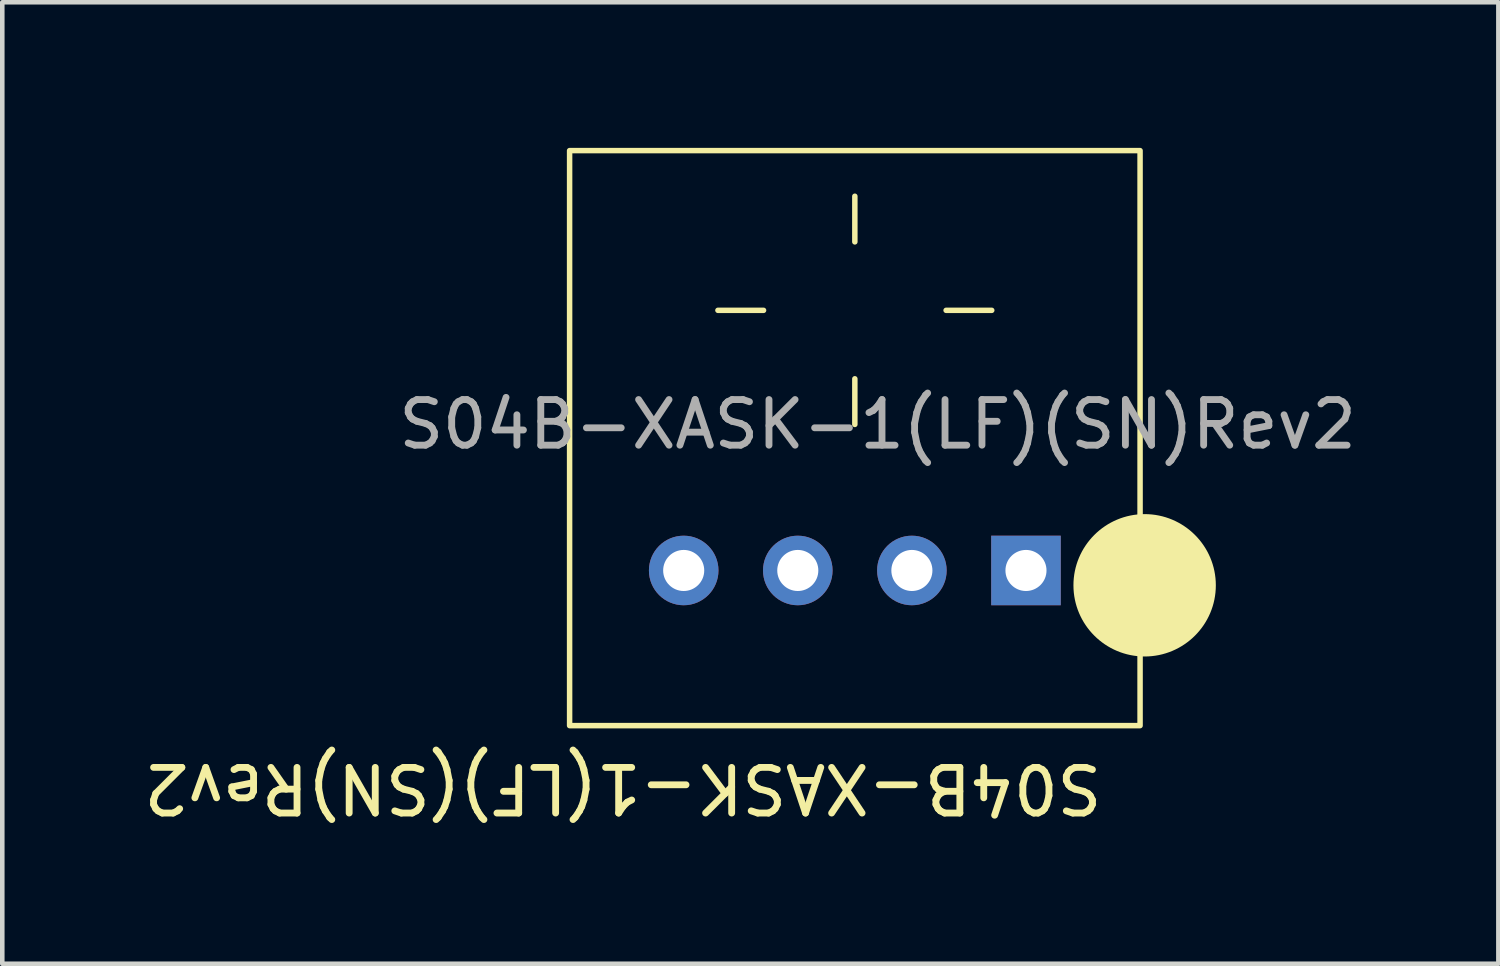
<source format=kicad_pcb>
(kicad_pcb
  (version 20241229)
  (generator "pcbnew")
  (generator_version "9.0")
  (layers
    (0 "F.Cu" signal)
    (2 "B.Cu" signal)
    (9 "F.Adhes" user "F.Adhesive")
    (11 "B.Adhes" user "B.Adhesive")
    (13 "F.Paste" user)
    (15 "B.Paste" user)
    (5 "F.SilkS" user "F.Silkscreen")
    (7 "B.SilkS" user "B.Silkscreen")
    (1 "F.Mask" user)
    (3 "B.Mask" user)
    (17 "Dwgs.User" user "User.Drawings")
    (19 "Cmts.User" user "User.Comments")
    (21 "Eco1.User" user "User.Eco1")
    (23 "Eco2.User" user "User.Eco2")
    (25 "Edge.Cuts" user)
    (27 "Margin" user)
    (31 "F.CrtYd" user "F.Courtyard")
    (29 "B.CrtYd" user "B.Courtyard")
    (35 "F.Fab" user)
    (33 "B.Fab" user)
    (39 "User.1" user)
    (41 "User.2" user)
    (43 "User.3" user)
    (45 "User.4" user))
  (footprint "S04B-XASK-1(LF)(SN)Rev2"
    (layer "F.Cu")
    (at 15.681 0.25)
    (property "Reference" "S04B-XASK-1(LF)(SN)Rev2" (at -5.08 13.97 180) (unlocked yes) (layer "F.SilkS") (effects (font (size 1 1) (thickness 0.15))))
    (attr through_hole)
    (fp_line (start -2 3.5) (end -3 3.5) (stroke (width 0.12) (type solid)) (layer "F.SilkS"))
    (fp_line (start 0 2) (end 0 1) (stroke (width 0.12) (type solid)) (layer "F.SilkS"))
    (fp_line (start 0 5) (end 0 6) (stroke (width 0.12) (type solid)) (layer "F.SilkS"))
    (fp_line (start 2 3.5) (end 3 3.5) (stroke (width 0.12) (type solid)) (layer "F.SilkS"))
    (fp_rect (start -6.25 0) (end 6.25 12.6) (stroke (width 0.12) (type solid)) (fill no) (layer "F.SilkS"))
    (fp_circle (center 6.35 9.525) (end 7.85 9.525) (stroke (width 0.12) (type solid)) (fill yes) (layer "F.SilkS"))
    (fp_text user "${REFERENCE}" (at 0.5 6 0) (unlocked yes) (layer "F.Fab") (effects (font (size 1 1) (thickness 0.15))))
    (pad "" np_thru_hole circle (at 0 3.5) (size 0.001 0.001) (drill oval 2.8 2) (layers "*.Cu" "*.Mask"))
    (pad "1" thru_hole rect (at 3.75 9.2) (size 1.524 1.524) (drill 0.9) (layers "*.Cu" "*.Mask"))
    (pad "2" thru_hole circle (at 1.25 9.2) (size 1.524 1.524) (drill 0.9) (layers "*.Cu" "*.Mask"))
    (pad "3" thru_hole circle (at -1.25 9.2) (size 1.524 1.524) (drill 0.9) (layers "*.Cu" "*.Mask"))
    (pad "4" thru_hole circle (at -3.75 9.2) (size 1.524 1.524) (drill 0.9) (layers "*.Cu" "*.Mask")))
  (gr_rect
    (start -3 -3)
    (end 29.782 18.068)
    (stroke (width 0.1) (type default))
    (fill no)
    (layer "Edge.Cuts")))
</source>
